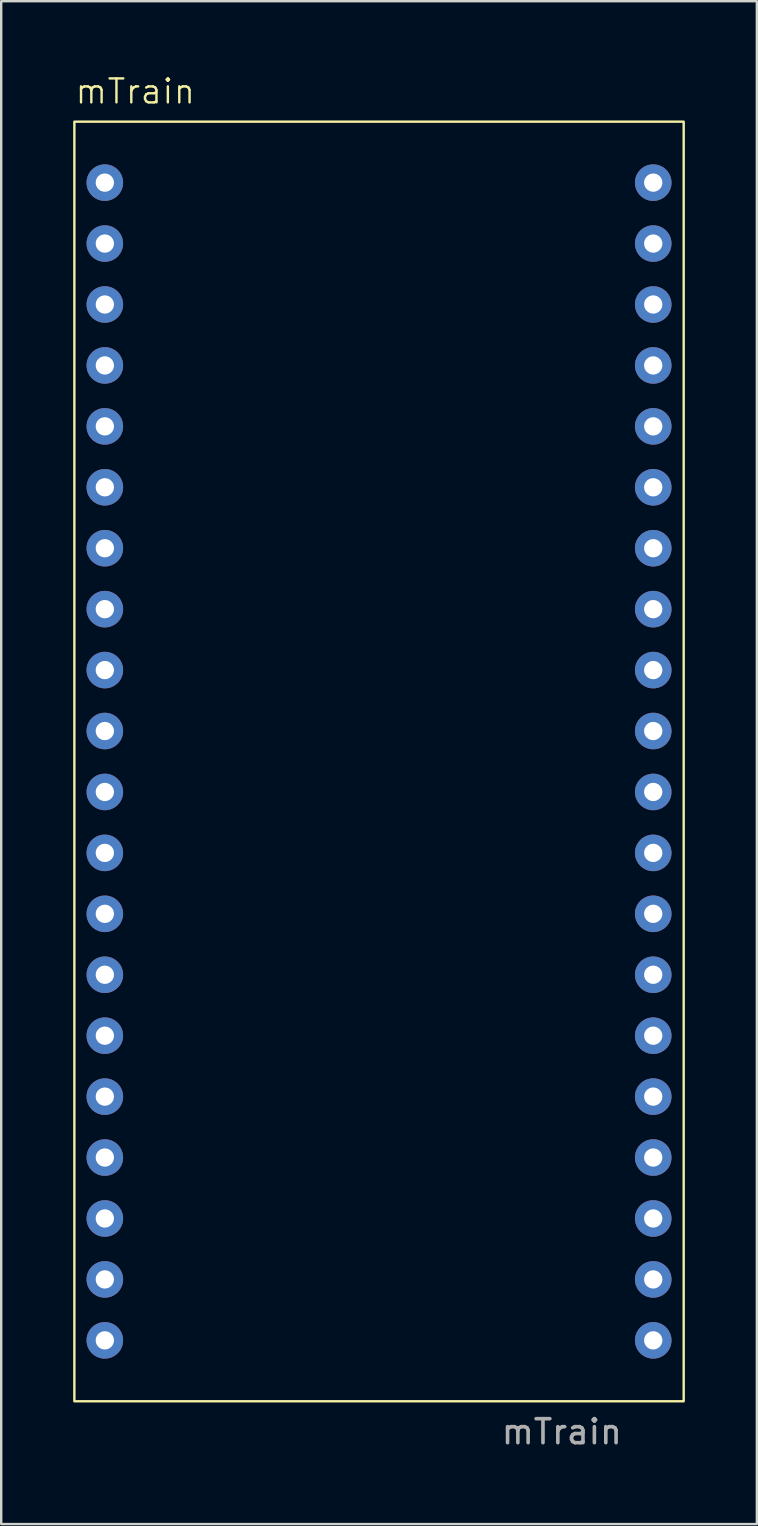
<source format=kicad_pcb>
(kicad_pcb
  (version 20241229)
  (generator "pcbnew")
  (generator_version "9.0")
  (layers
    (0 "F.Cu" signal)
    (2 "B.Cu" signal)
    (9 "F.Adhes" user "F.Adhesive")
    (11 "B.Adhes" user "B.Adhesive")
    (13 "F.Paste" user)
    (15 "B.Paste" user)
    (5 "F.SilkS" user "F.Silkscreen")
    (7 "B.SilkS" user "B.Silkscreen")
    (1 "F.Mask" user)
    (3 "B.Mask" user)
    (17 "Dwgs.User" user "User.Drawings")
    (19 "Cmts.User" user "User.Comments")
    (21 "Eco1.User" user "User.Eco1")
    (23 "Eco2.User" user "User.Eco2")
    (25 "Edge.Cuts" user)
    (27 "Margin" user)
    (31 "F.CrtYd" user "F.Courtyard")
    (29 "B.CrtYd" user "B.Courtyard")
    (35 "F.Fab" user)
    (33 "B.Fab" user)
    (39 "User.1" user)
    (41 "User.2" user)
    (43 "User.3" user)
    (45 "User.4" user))
  (footprint "mTrain"
    (layer "F.Cu")
    (at 12.75 2.023)
    (property "Reference" "mTrain" (at -10.16 -1.263 0) (unlocked yes) (layer "F.SilkS") (effects (font (size 1 1) (thickness 0.1))))
    (attr through_hole)
    (fp_rect (start -12.7 0) (end 12.7 53.34) (stroke (width 0.1) (type default)) (fill no) (layer "F.SilkS"))
    (fp_text user "${REFERENCE}" (at 7.62 54.61 0) (unlocked yes) (layer "F.Fab") (effects (font (size 1 1) (thickness 0.15))))
    (pad "1" thru_hole circle (at -11.43 2.54) (size 1.524 1.524) (drill 0.762) (layers "*.Cu" "*.Mask"))
    (pad "2" thru_hole circle (at -11.43 5.08) (size 1.524 1.524) (drill 0.762) (layers "*.Cu" "*.Mask"))
    (pad "3" thru_hole circle (at -11.43 7.62) (size 1.524 1.524) (drill 0.762) (layers "*.Cu" "*.Mask"))
    (pad "4" thru_hole circle (at -11.43 10.16) (size 1.524 1.524) (drill 0.762) (layers "*.Cu" "*.Mask"))
    (pad "5" thru_hole circle (at -11.43 12.7) (size 1.524 1.524) (drill 0.762) (layers "*.Cu" "*.Mask"))
    (pad "6" thru_hole circle (at -11.43 15.24) (size 1.524 1.524) (drill 0.762) (layers "*.Cu" "*.Mask"))
    (pad "7" thru_hole circle (at -11.43 17.78) (size 1.524 1.524) (drill 0.762) (layers "*.Cu" "*.Mask"))
    (pad "8" thru_hole circle (at -11.43 20.32) (size 1.524 1.524) (drill 0.762) (layers "*.Cu" "*.Mask"))
    (pad "9" thru_hole circle (at -11.43 22.86) (size 1.524 1.524) (drill 0.762) (layers "*.Cu" "*.Mask"))
    (pad "10" thru_hole circle (at -11.43 25.4) (size 1.524 1.524) (drill 0.762) (layers "*.Cu" "*.Mask"))
    (pad "11" thru_hole circle (at -11.43 27.94) (size 1.524 1.524) (drill 0.762) (layers "*.Cu" "*.Mask"))
    (pad "12" thru_hole circle (at -11.43 30.48) (size 1.524 1.524) (drill 0.762) (layers "*.Cu" "*.Mask"))
    (pad "13" thru_hole circle (at -11.43 33.02) (size 1.524 1.524) (drill 0.762) (layers "*.Cu" "*.Mask"))
    (pad "14" thru_hole circle (at -11.43 35.56) (size 1.524 1.524) (drill 0.762) (layers "*.Cu" "*.Mask"))
    (pad "15" thru_hole circle (at -11.43 38.1) (size 1.524 1.524) (drill 0.762) (layers "*.Cu" "*.Mask"))
    (pad "16" thru_hole circle (at -11.43 40.64) (size 1.524 1.524) (drill 0.762) (layers "*.Cu" "*.Mask"))
    (pad "17" thru_hole circle (at -11.43 43.18) (size 1.524 1.524) (drill 0.762) (layers "*.Cu" "*.Mask"))
    (pad "18" thru_hole circle (at -11.43 45.72) (size 1.524 1.524) (drill 0.762) (layers "*.Cu" "*.Mask"))
    (pad "19" thru_hole circle (at -11.43 48.26) (size 1.524 1.524) (drill 0.762) (layers "*.Cu" "*.Mask"))
    (pad "20" thru_hole circle (at -11.43 50.8) (size 1.524 1.524) (drill 0.762) (layers "*.Cu" "*.Mask"))
    (pad "21" thru_hole circle (at 11.43 50.8) (size 1.524 1.524) (drill 0.762) (layers "*.Cu" "*.Mask"))
    (pad "22" thru_hole circle (at 11.43 48.26) (size 1.524 1.524) (drill 0.762) (layers "*.Cu" "*.Mask"))
    (pad "23" thru_hole circle (at 11.43 45.72) (size 1.524 1.524) (drill 0.762) (layers "*.Cu" "*.Mask"))
    (pad "24" thru_hole circle (at 11.43 43.18) (size 1.524 1.524) (drill 0.762) (layers "*.Cu" "*.Mask"))
    (pad "25" thru_hole circle (at 11.43 40.64) (size 1.524 1.524) (drill 0.762) (layers "*.Cu" "*.Mask"))
    (pad "26" thru_hole circle (at 11.43 38.1) (size 1.524 1.524) (drill 0.762) (layers "*.Cu" "*.Mask"))
    (pad "27" thru_hole circle (at 11.43 35.56) (size 1.524 1.524) (drill 0.762) (layers "*.Cu" "*.Mask"))
    (pad "28" thru_hole circle (at 11.43 33.02) (size 1.524 1.524) (drill 0.762) (layers "*.Cu" "*.Mask"))
    (pad "29" thru_hole circle (at 11.43 30.48) (size 1.524 1.524) (drill 0.762) (layers "*.Cu" "*.Mask"))
    (pad "30" thru_hole circle (at 11.43 27.94) (size 1.524 1.524) (drill 0.762) (layers "*.Cu" "*.Mask"))
    (pad "31" thru_hole circle (at 11.43 25.4) (size 1.524 1.524) (drill 0.762) (layers "*.Cu" "*.Mask"))
    (pad "32" thru_hole circle (at 11.43 22.86) (size 1.524 1.524) (drill 0.762) (layers "*.Cu" "*.Mask"))
    (pad "33" thru_hole circle (at 11.43 20.32) (size 1.524 1.524) (drill 0.762) (layers "*.Cu" "*.Mask"))
    (pad "34" thru_hole circle (at 11.43 17.78) (size 1.524 1.524) (drill 0.762) (layers "*.Cu" "*.Mask"))
    (pad "35" thru_hole circle (at 11.43 15.24) (size 1.524 1.524) (drill 0.762) (layers "*.Cu" "*.Mask"))
    (pad "36" thru_hole circle (at 11.43 12.7) (size 1.524 1.524) (drill 0.762) (layers "*.Cu" "*.Mask"))
    (pad "37" thru_hole circle (at 11.43 10.16) (size 1.524 1.524) (drill 0.762) (layers "*.Cu" "*.Mask"))
    (pad "38" thru_hole circle (at 11.43 7.62) (size 1.524 1.524) (drill 0.762) (layers "*.Cu" "*.Mask"))
    (pad "39" thru_hole circle (at 11.43 5.08) (size 1.524 1.524) (drill 0.762) (layers "*.Cu" "*.Mask"))
    (pad "40" thru_hole circle (at 11.43 2.54) (size 1.524 1.524) (drill 0.762) (layers "*.Cu" "*.Mask")))
  (gr_rect
    (start -3 -3)
    (end 28.5 60.482)
    (stroke (width 0.1) (type default))
    (fill no)
    (layer "Edge.Cuts")))
</source>
